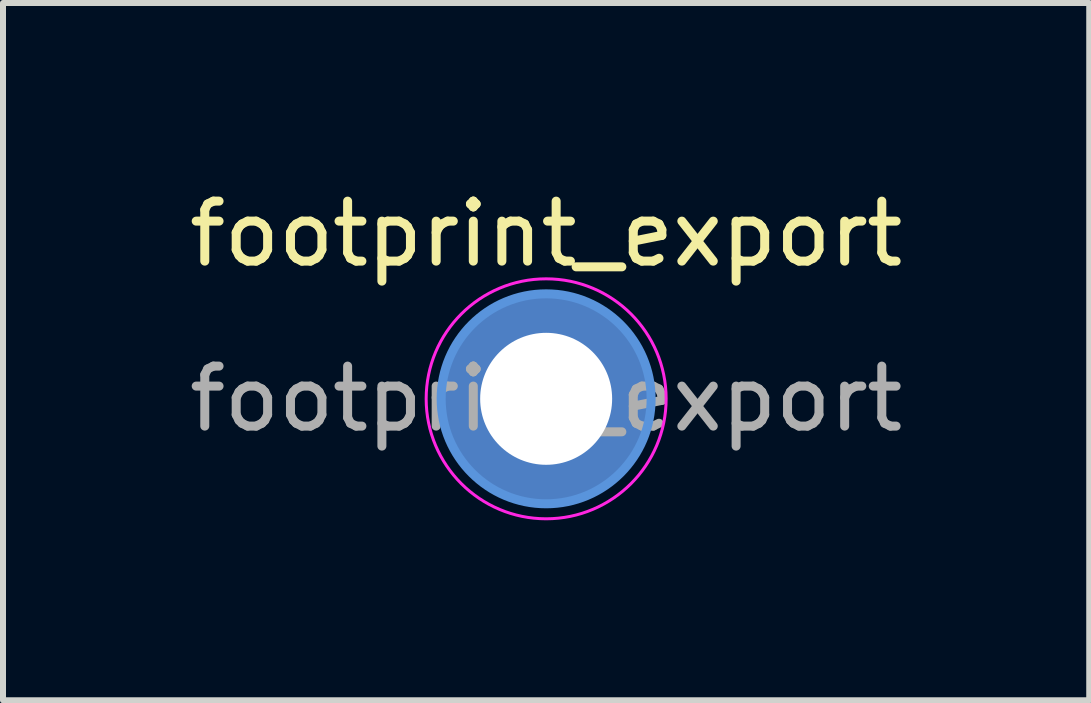
<source format=kicad_pcb>
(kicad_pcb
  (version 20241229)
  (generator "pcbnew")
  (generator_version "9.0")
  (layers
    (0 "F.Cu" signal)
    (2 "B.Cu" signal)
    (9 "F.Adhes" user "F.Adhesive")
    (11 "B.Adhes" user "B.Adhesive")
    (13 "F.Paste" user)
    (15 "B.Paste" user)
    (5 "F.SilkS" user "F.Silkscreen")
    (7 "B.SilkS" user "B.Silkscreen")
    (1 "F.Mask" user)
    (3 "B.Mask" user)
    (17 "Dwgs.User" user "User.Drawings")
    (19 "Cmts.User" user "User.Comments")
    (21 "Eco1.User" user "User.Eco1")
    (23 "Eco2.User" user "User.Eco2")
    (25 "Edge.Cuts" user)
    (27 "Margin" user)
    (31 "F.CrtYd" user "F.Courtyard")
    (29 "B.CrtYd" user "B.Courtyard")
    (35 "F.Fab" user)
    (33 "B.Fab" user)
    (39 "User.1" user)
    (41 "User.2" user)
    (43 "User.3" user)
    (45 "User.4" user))
  (footprint "footprint_export"
    (layer "F.Cu")
    (at 6.054 3.598)
    (property "Reference" "footprint_export" (at 0 -2.75 0) (layer "F.SilkS") (effects (font (size 1 1) (thickness 0.15))))
    (attr exclude_from_pos_files exclude_from_bom)
    (fp_circle (center 0 0) (end 1.75 0) (stroke (width 0.15) (type solid)) (fill no) (layer "Cmts.User"))
    (fp_circle (center 0 0) (end 2 0) (stroke (width 0.05) (type solid)) (fill no) (layer "F.CrtYd"))
    (fp_text user "${REFERENCE}" (at 0 0 0) (layer "F.Fab") (effects (font (size 1 1) (thickness 0.15))))
    (pad "1" thru_hole circle (at 0 0) (size 3.5 3.5) (drill 2.2) (layers "*.Cu" "*.Mask")))
  (gr_rect
    (start -3 -3)
    (end 15.107 8.623)
    (stroke (width 0.1) (type default))
    (fill no)
    (layer "Edge.Cuts")))
</source>
